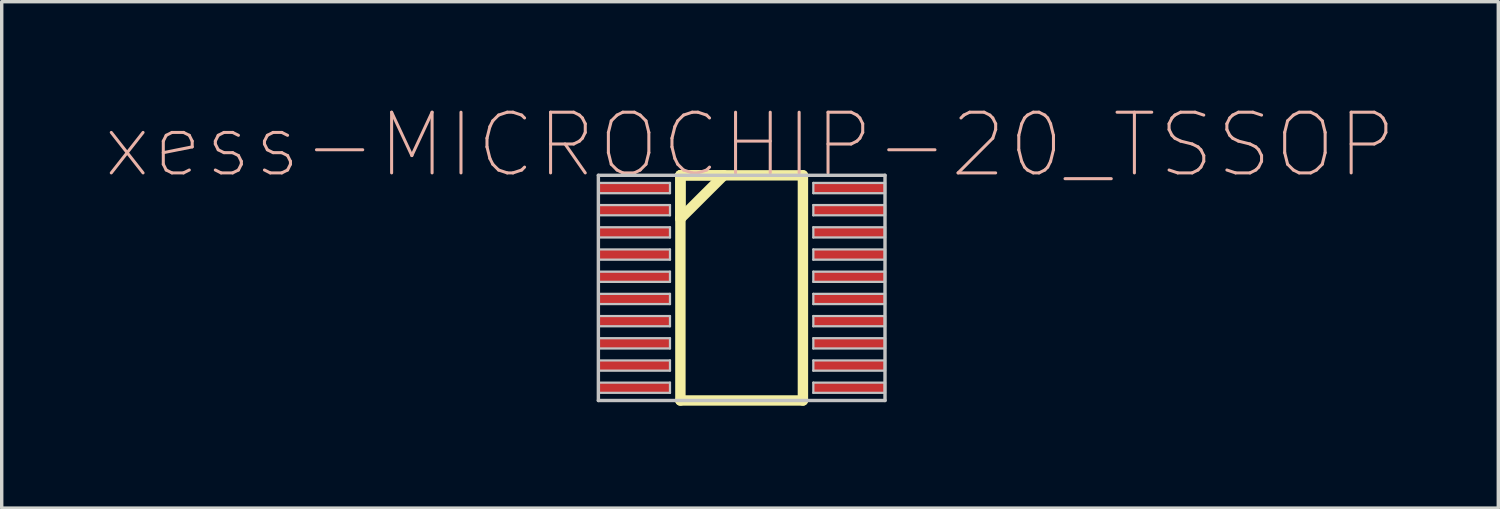
<source format=kicad_pcb>
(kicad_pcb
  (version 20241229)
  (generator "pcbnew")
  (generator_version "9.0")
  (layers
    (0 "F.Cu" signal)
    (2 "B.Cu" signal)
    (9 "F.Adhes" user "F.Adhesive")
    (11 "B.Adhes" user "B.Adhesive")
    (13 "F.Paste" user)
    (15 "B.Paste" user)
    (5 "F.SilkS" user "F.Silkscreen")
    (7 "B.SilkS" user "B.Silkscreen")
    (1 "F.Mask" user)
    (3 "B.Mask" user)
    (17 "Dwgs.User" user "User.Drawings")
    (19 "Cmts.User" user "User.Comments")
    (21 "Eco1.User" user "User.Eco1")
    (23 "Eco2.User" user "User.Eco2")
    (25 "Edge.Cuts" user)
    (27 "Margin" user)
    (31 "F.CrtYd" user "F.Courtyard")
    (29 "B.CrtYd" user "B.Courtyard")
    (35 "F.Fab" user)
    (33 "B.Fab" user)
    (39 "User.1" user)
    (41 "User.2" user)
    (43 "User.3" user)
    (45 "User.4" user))
  (footprint "xess-MICROCHIP-20_TSSOP"
    (layer "F.Cu")
    (at 15.853 2.459)
    (property "Reference" "xess-MICROCHIP-20_TSSOP" (at 3.068 -1.262 0) (layer "B.SilkS") (effects (font (size 1.778 1.778) (thickness 0.089))))
    (attr smd)
    (fp_line (start 1.029 -0.373) (end 1.029 0.894) (stroke (width 0.305) (type solid)) (layer "F.SilkS"))
    (fp_line (start 1.029 -0.373) (end 1.029 6.223) (stroke (width 0.305) (type solid)) (layer "F.SilkS"))
    (fp_line (start 1.029 0.894) (end 2.299 -0.373) (stroke (width 0.305) (type solid)) (layer "F.SilkS"))
    (fp_line (start 1.029 6.223) (end 4.618 6.223) (stroke (width 0.305) (type solid)) (layer "F.SilkS"))
    (fp_line (start 2.299 -0.373) (end 1.029 -0.373) (stroke (width 0.305) (type solid)) (layer "F.SilkS"))
    (fp_line (start 4.618 -0.373) (end 1.029 -0.373) (stroke (width 0.305) (type solid)) (layer "F.SilkS"))
    (fp_line (start 4.618 6.223) (end 4.618 -0.373) (stroke (width 0.305) (type solid)) (layer "F.SilkS"))
    (fp_line (start -1.374 -0.373) (end -1.374 6.223) (stroke (width 0.1) (type solid)) (layer "Dwgs.User"))
    (fp_line (start -1.374 -0.15) (end 0.724 -0.15) (stroke (width 0.066) (type solid)) (layer "Dwgs.User"))
    (fp_line (start -1.374 0.15) (end -1.374 -0.15) (stroke (width 0.066) (type solid)) (layer "Dwgs.User"))
    (fp_line (start -1.374 0.15) (end 0.724 0.15) (stroke (width 0.066) (type solid)) (layer "Dwgs.User"))
    (fp_line (start -1.374 0.498) (end 0.724 0.498) (stroke (width 0.066) (type solid)) (layer "Dwgs.User"))
    (fp_line (start -1.374 0.798) (end -1.374 0.498) (stroke (width 0.066) (type solid)) (layer "Dwgs.User"))
    (fp_line (start -1.374 0.798) (end 0.724 0.798) (stroke (width 0.066) (type solid)) (layer "Dwgs.User"))
    (fp_line (start -1.374 1.148) (end 0.724 1.148) (stroke (width 0.066) (type solid)) (layer "Dwgs.User"))
    (fp_line (start -1.374 1.448) (end -1.374 1.148) (stroke (width 0.066) (type solid)) (layer "Dwgs.User"))
    (fp_line (start -1.374 1.448) (end 0.724 1.448) (stroke (width 0.066) (type solid)) (layer "Dwgs.User"))
    (fp_line (start -1.374 1.798) (end 0.724 1.798) (stroke (width 0.066) (type solid)) (layer "Dwgs.User"))
    (fp_line (start -1.374 2.098) (end -1.374 1.798) (stroke (width 0.066) (type solid)) (layer "Dwgs.User"))
    (fp_line (start -1.374 2.098) (end 0.724 2.098) (stroke (width 0.066) (type solid)) (layer "Dwgs.User"))
    (fp_line (start -1.374 2.449) (end 0.724 2.449) (stroke (width 0.066) (type solid)) (layer "Dwgs.User"))
    (fp_line (start -1.374 2.748) (end -1.374 2.449) (stroke (width 0.066) (type solid)) (layer "Dwgs.User"))
    (fp_line (start -1.374 2.748) (end 0.724 2.748) (stroke (width 0.066) (type solid)) (layer "Dwgs.User"))
    (fp_line (start -1.374 3.099) (end 0.724 3.099) (stroke (width 0.066) (type solid)) (layer "Dwgs.User"))
    (fp_line (start -1.374 3.399) (end -1.374 3.099) (stroke (width 0.066) (type solid)) (layer "Dwgs.User"))
    (fp_line (start -1.374 3.399) (end 0.724 3.399) (stroke (width 0.066) (type solid)) (layer "Dwgs.User"))
    (fp_line (start -1.374 3.749) (end 0.724 3.749) (stroke (width 0.066) (type solid)) (layer "Dwgs.User"))
    (fp_line (start -1.374 4.049) (end -1.374 3.749) (stroke (width 0.066) (type solid)) (layer "Dwgs.User"))
    (fp_line (start -1.374 4.049) (end 0.724 4.049) (stroke (width 0.066) (type solid)) (layer "Dwgs.User"))
    (fp_line (start -1.374 4.399) (end 0.724 4.399) (stroke (width 0.066) (type solid)) (layer "Dwgs.User"))
    (fp_line (start -1.374 4.699) (end -1.374 4.399) (stroke (width 0.066) (type solid)) (layer "Dwgs.User"))
    (fp_line (start -1.374 4.699) (end 0.724 4.699) (stroke (width 0.066) (type solid)) (layer "Dwgs.User"))
    (fp_line (start -1.374 5.05) (end 0.724 5.05) (stroke (width 0.066) (type solid)) (layer "Dwgs.User"))
    (fp_line (start -1.374 5.349) (end -1.374 5.05) (stroke (width 0.066) (type solid)) (layer "Dwgs.User"))
    (fp_line (start -1.374 5.349) (end 0.724 5.349) (stroke (width 0.066) (type solid)) (layer "Dwgs.User"))
    (fp_line (start -1.374 5.7) (end 0.724 5.7) (stroke (width 0.066) (type solid)) (layer "Dwgs.User"))
    (fp_line (start -1.374 5.999) (end -1.374 5.7) (stroke (width 0.066) (type solid)) (layer "Dwgs.User"))
    (fp_line (start -1.374 5.999) (end 0.724 5.999) (stroke (width 0.066) (type solid)) (layer "Dwgs.User"))
    (fp_line (start -1.374 6.223) (end 7.023 6.223) (stroke (width 0.1) (type solid)) (layer "Dwgs.User"))
    (fp_line (start 0.724 0.15) (end 0.724 -0.15) (stroke (width 0.066) (type solid)) (layer "Dwgs.User"))
    (fp_line (start 0.724 0.798) (end 0.724 0.498) (stroke (width 0.066) (type solid)) (layer "Dwgs.User"))
    (fp_line (start 0.724 1.448) (end 0.724 1.148) (stroke (width 0.066) (type solid)) (layer "Dwgs.User"))
    (fp_line (start 0.724 2.098) (end 0.724 1.798) (stroke (width 0.066) (type solid)) (layer "Dwgs.User"))
    (fp_line (start 0.724 2.748) (end 0.724 2.449) (stroke (width 0.066) (type solid)) (layer "Dwgs.User"))
    (fp_line (start 0.724 3.399) (end 0.724 3.099) (stroke (width 0.066) (type solid)) (layer "Dwgs.User"))
    (fp_line (start 0.724 4.049) (end 0.724 3.749) (stroke (width 0.066) (type solid)) (layer "Dwgs.User"))
    (fp_line (start 0.724 4.699) (end 0.724 4.399) (stroke (width 0.066) (type solid)) (layer "Dwgs.User"))
    (fp_line (start 0.724 5.349) (end 0.724 5.05) (stroke (width 0.066) (type solid)) (layer "Dwgs.User"))
    (fp_line (start 0.724 5.999) (end 0.724 5.7) (stroke (width 0.066) (type solid)) (layer "Dwgs.User"))
    (fp_line (start 4.923 -0.15) (end 7.023 -0.15) (stroke (width 0.066) (type solid)) (layer "Dwgs.User"))
    (fp_line (start 4.923 0.15) (end 4.923 -0.15) (stroke (width 0.066) (type solid)) (layer "Dwgs.User"))
    (fp_line (start 4.923 0.15) (end 7.023 0.15) (stroke (width 0.066) (type solid)) (layer "Dwgs.User"))
    (fp_line (start 4.923 0.498) (end 7.023 0.498) (stroke (width 0.066) (type solid)) (layer "Dwgs.User"))
    (fp_line (start 4.923 0.798) (end 4.923 0.498) (stroke (width 0.066) (type solid)) (layer "Dwgs.User"))
    (fp_line (start 4.923 0.798) (end 7.023 0.798) (stroke (width 0.066) (type solid)) (layer "Dwgs.User"))
    (fp_line (start 4.923 1.148) (end 7.023 1.148) (stroke (width 0.066) (type solid)) (layer "Dwgs.User"))
    (fp_line (start 4.923 1.448) (end 4.923 1.148) (stroke (width 0.066) (type solid)) (layer "Dwgs.User"))
    (fp_line (start 4.923 1.448) (end 7.023 1.448) (stroke (width 0.066) (type solid)) (layer "Dwgs.User"))
    (fp_line (start 4.923 1.798) (end 7.023 1.798) (stroke (width 0.066) (type solid)) (layer "Dwgs.User"))
    (fp_line (start 4.923 2.098) (end 4.923 1.798) (stroke (width 0.066) (type solid)) (layer "Dwgs.User"))
    (fp_line (start 4.923 2.098) (end 7.023 2.098) (stroke (width 0.066) (type solid)) (layer "Dwgs.User"))
    (fp_line (start 4.923 2.449) (end 7.023 2.449) (stroke (width 0.066) (type solid)) (layer "Dwgs.User"))
    (fp_line (start 4.923 2.748) (end 4.923 2.449) (stroke (width 0.066) (type solid)) (layer "Dwgs.User"))
    (fp_line (start 4.923 2.748) (end 7.023 2.748) (stroke (width 0.066) (type solid)) (layer "Dwgs.User"))
    (fp_line (start 4.923 3.099) (end 7.023 3.099) (stroke (width 0.066) (type solid)) (layer "Dwgs.User"))
    (fp_line (start 4.923 3.399) (end 4.923 3.099) (stroke (width 0.066) (type solid)) (layer "Dwgs.User"))
    (fp_line (start 4.923 3.399) (end 7.023 3.399) (stroke (width 0.066) (type solid)) (layer "Dwgs.User"))
    (fp_line (start 4.923 3.749) (end 7.023 3.749) (stroke (width 0.066) (type solid)) (layer "Dwgs.User"))
    (fp_line (start 4.923 4.049) (end 4.923 3.749) (stroke (width 0.066) (type solid)) (layer "Dwgs.User"))
    (fp_line (start 4.923 4.049) (end 7.023 4.049) (stroke (width 0.066) (type solid)) (layer "Dwgs.User"))
    (fp_line (start 4.923 4.399) (end 7.023 4.399) (stroke (width 0.066) (type solid)) (layer "Dwgs.User"))
    (fp_line (start 4.923 4.699) (end 4.923 4.399) (stroke (width 0.066) (type solid)) (layer "Dwgs.User"))
    (fp_line (start 4.923 4.699) (end 7.023 4.699) (stroke (width 0.066) (type solid)) (layer "Dwgs.User"))
    (fp_line (start 4.923 5.05) (end 7.023 5.05) (stroke (width 0.066) (type solid)) (layer "Dwgs.User"))
    (fp_line (start 4.923 5.349) (end 4.923 5.05) (stroke (width 0.066) (type solid)) (layer "Dwgs.User"))
    (fp_line (start 4.923 5.349) (end 7.023 5.349) (stroke (width 0.066) (type solid)) (layer "Dwgs.User"))
    (fp_line (start 4.923 5.7) (end 7.023 5.7) (stroke (width 0.066) (type solid)) (layer "Dwgs.User"))
    (fp_line (start 4.923 5.999) (end 4.923 5.7) (stroke (width 0.066) (type solid)) (layer "Dwgs.User"))
    (fp_line (start 4.923 5.999) (end 7.023 5.999) (stroke (width 0.066) (type solid)) (layer "Dwgs.User"))
    (fp_line (start 7.023 -0.373) (end -1.374 -0.373) (stroke (width 0.1) (type solid)) (layer "Dwgs.User"))
    (fp_line (start 7.023 0.15) (end 7.023 -0.15) (stroke (width 0.066) (type solid)) (layer "Dwgs.User"))
    (fp_line (start 7.023 0.798) (end 7.023 0.498) (stroke (width 0.066) (type solid)) (layer "Dwgs.User"))
    (fp_line (start 7.023 1.448) (end 7.023 1.148) (stroke (width 0.066) (type solid)) (layer "Dwgs.User"))
    (fp_line (start 7.023 2.098) (end 7.023 1.798) (stroke (width 0.066) (type solid)) (layer "Dwgs.User"))
    (fp_line (start 7.023 2.748) (end 7.023 2.449) (stroke (width 0.066) (type solid)) (layer "Dwgs.User"))
    (fp_line (start 7.023 3.399) (end 7.023 3.099) (stroke (width 0.066) (type solid)) (layer "Dwgs.User"))
    (fp_line (start 7.023 4.049) (end 7.023 3.749) (stroke (width 0.066) (type solid)) (layer "Dwgs.User"))
    (fp_line (start 7.023 4.699) (end 7.023 4.399) (stroke (width 0.066) (type solid)) (layer "Dwgs.User"))
    (fp_line (start 7.023 5.349) (end 7.023 5.05) (stroke (width 0.066) (type solid)) (layer "Dwgs.User"))
    (fp_line (start 7.023 5.999) (end 7.023 5.7) (stroke (width 0.066) (type solid)) (layer "Dwgs.User"))
    (fp_line (start 7.023 6.223) (end 7.023 -0.373) (stroke (width 0.1) (type solid)) (layer "Dwgs.User"))
    (pad "1" smd rect (at -0.323 0) (size 2.098 0.3) (layers "F.Cu" "F.Mask" "F.Paste"))
    (pad "2" smd rect (at -0.323 0.648) (size 2.098 0.3) (layers "F.Cu" "F.Mask" "F.Paste"))
    (pad "3" smd rect (at -0.323 1.298) (size 2.098 0.3) (layers "F.Cu" "F.Mask" "F.Paste"))
    (pad "4" smd rect (at -0.323 1.948) (size 2.098 0.3) (layers "F.Cu" "F.Mask" "F.Paste"))
    (pad "5" smd rect (at -0.323 2.598) (size 2.098 0.3) (layers "F.Cu" "F.Mask" "F.Paste"))
    (pad "6" smd rect (at -0.323 3.249) (size 2.098 0.3) (layers "F.Cu" "F.Mask" "F.Paste"))
    (pad "7" smd rect (at -0.323 3.899) (size 2.098 0.3) (layers "F.Cu" "F.Mask" "F.Paste"))
    (pad "8" smd rect (at -0.323 4.549) (size 2.098 0.3) (layers "F.Cu" "F.Mask" "F.Paste"))
    (pad "9" smd rect (at -0.323 5.199) (size 2.098 0.3) (layers "F.Cu" "F.Mask" "F.Paste"))
    (pad "10" smd rect (at -0.323 5.85) (size 2.098 0.3) (layers "F.Cu" "F.Mask" "F.Paste"))
    (pad "11" smd rect (at 5.974 5.85) (size 2.098 0.3) (layers "F.Cu" "F.Mask" "F.Paste"))
    (pad "12" smd rect (at 5.974 5.199) (size 2.098 0.3) (layers "F.Cu" "F.Mask" "F.Paste"))
    (pad "13" smd rect (at 5.974 4.549) (size 2.098 0.3) (layers "F.Cu" "F.Mask" "F.Paste"))
    (pad "14" smd rect (at 5.974 3.899) (size 2.098 0.3) (layers "F.Cu" "F.Mask" "F.Paste"))
    (pad "15" smd rect (at 5.974 3.249) (size 2.098 0.3) (layers "F.Cu" "F.Mask" "F.Paste"))
    (pad "16" smd rect (at 5.974 2.598) (size 2.098 0.3) (layers "F.Cu" "F.Mask" "F.Paste"))
    (pad "17" smd rect (at 5.974 1.948) (size 2.098 0.3) (layers "F.Cu" "F.Mask" "F.Paste"))
    (pad "18" smd rect (at 5.974 1.298) (size 2.098 0.3) (layers "F.Cu" "F.Mask" "F.Paste"))
    (pad "19" smd rect (at 5.974 0.648) (size 2.098 0.3) (layers "F.Cu" "F.Mask" "F.Paste"))
    (pad "20" smd rect (at 5.974 0) (size 2.098 0.3) (layers "F.Cu" "F.Mask" "F.Paste")))
  (gr_rect
    (start -3 -3)
    (end 40.842 11.834)
    (stroke (width 0.1) (type default))
    (fill no)
    (layer "Edge.Cuts")))
</source>
